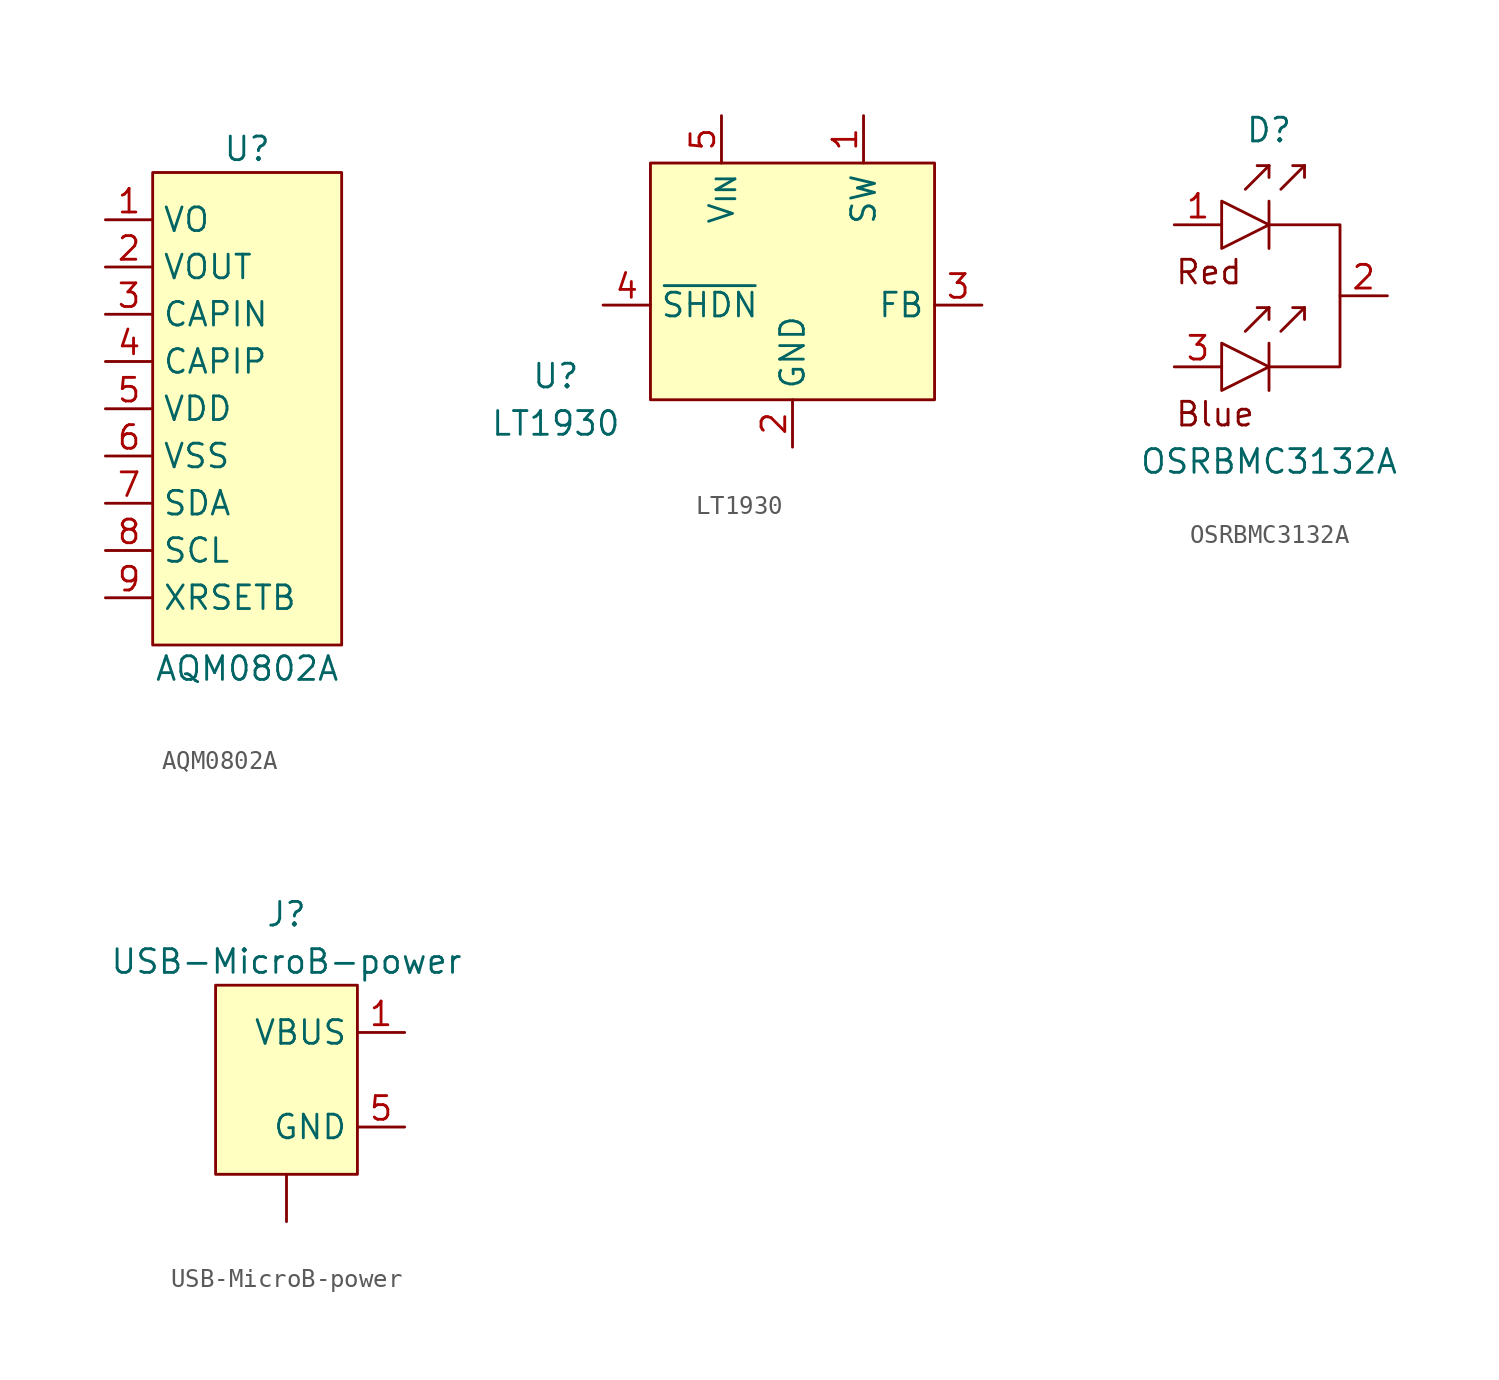
<source format=kicad_sym>
(kicad_symbol_lib
  (version 20211014)
  (generator kicad_symbol_editor)
  (symbol "AQM0802A"
    (property "Reference" "U"
      (at 0 13.97 0)
      (effects (font (size 1.27 1.27))))
    (property "Value" "AQM0802A"
      (at 0 -13.97 0)
      (effects (font (size 1.27 1.27))))
    (symbol "AQM0802A_0_1"
      (rectangle (start -5.08 12.7) (end 5.08 -12.7) (stroke (width 0) (type default) (color 0 0 0 0)) (fill (type background))))
    (symbol "AQM0802A_1_1"
      (pin passive line (at -7.62 10.16 0) (length 2.54) (name "VO" (effects (font (size 1.27 1.27)))) (number "1" (effects (font (size 1.27 1.27)))))
      (pin passive line (at -7.62 7.62 0) (length 2.54) (name "VOUT" (effects (font (size 1.27 1.27)))) (number "2" (effects (font (size 1.27 1.27)))))
      (pin passive line (at -7.62 5.08 0) (length 2.54) (name "CAPIN" (effects (font (size 1.27 1.27)))) (number "3" (effects (font (size 1.27 1.27)))))
      (pin passive line (at -7.62 2.54 0) (length 2.54) (name "CAPIP" (effects (font (size 1.27 1.27)))) (number "4" (effects (font (size 1.27 1.27)))))
      (pin power_in line (at -7.62 0 0) (length 2.54) (name "VDD" (effects (font (size 1.27 1.27)))) (number "5" (effects (font (size 1.27 1.27)))))
      (pin power_in line (at -7.62 -2.54 0) (length 2.54) (name "VSS" (effects (font (size 1.27 1.27)))) (number "6" (effects (font (size 1.27 1.27)))))
      (pin input line (at -7.62 -5.08 0) (length 2.54) (name "SDA" (effects (font (size 1.27 1.27)))) (number "7" (effects (font (size 1.27 1.27)))))
      (pin input line (at -7.62 -7.62 0) (length 2.54) (name "SCL" (effects (font (size 1.27 1.27)))) (number "8" (effects (font (size 1.27 1.27)))))
      (pin input line (at -7.62 -10.16 0) (length 2.54) (name "XRSETB" (effects (font (size 1.27 1.27)))) (number "9" (effects (font (size 1.27 1.27)))))))
  (symbol "LT1930"
    (property "Reference" "U"
      (at -12.7 -6.35 0)
      (effects (font (size 1.27 1.27))))
    (property "Value" "LT1930"
      (at -12.7 -8.89 0)
      (effects (font (size 1.27 1.27))))
    (symbol "LT1930_0_1"
      (rectangle (start -7.62 5.08) (end 7.62 -7.62) (stroke (width 0) (type default) (color 0 0 0 0)) (fill (type background))))
    (symbol "LT1930_1_1"
      (pin power_out line (at 3.81 7.62 270) (length 2.54) (name "SW" (effects (font (size 1.27 1.27)))) (number "1" (effects (font (size 1.27 1.27)))))
      (pin power_in line (at 0 -10.16 90) (length 2.54) (name "GND" (effects (font (size 1.27 1.27)))) (number "2" (effects (font (size 1.27 1.27)))))
      (pin input line (at 10.16 -2.54 180) (length 2.54) (name "FB" (effects (font (size 1.27 1.27)))) (number "3" (effects (font (size 1.27 1.27)))))
      (pin input line (at -10.16 -2.54 0) (length 2.54) (name "~{SHDN}" (effects (font (size 1.27 1.27)))) (number "4" (effects (font (size 1.27 1.27)))))
      (pin power_in line (at -3.81 7.62 270) (length 2.54) (name "V_{IN}" (effects (font (size 1.27 1.27)))) (number "5" (effects (font (size 1.27 1.27)))))))
  (symbol "OSRBMC3132A"
    (property "Reference" "D"
      (at 0 8.89 0)
      (effects (font (size 1.27 1.27))))
    (property "Value" "OSRBMC3132A"
      (at 0 -8.89 0)
      (effects (font (size 1.27 1.27))))
    (symbol "OSRBMC3132A_0_0"
      (text "Blue" (at -5.08 -6.35 0) (effects (font (size 1.27 1.27)) (justify left)))
      (text "Red" (at -5.08 1.27 0) (effects (font (size 1.27 1.27)) (justify left))))
    (symbol "OSRBMC3132A_0_1"
      (polyline (pts (xy -1.27 -1.905) (xy 0 -0.635)) (stroke (width 0) (type default) (color 0 0 0 0)) (fill (type none)))
      (polyline (pts (xy -1.27 5.715) (xy 0 6.985)) (stroke (width 0) (type default) (color 0 0 0 0)) (fill (type none)))
      (polyline (pts (xy 0 -2.54) (xy 0 -5.08)) (stroke (width 0) (type default) (color 0 0 0 0)) (fill (type none)))
      (polyline (pts (xy 0 -0.635) (xy -0.635 -0.635)) (stroke (width 0) (type default) (color 0 0 0 0)) (fill (type none)))
      (polyline (pts (xy 0 -0.635) (xy 0 -1.27)) (stroke (width 0) (type default) (color 0 0 0 0)) (fill (type none)))
      (polyline (pts (xy 0 5.08) (xy 0 2.54)) (stroke (width 0) (type default) (color 0 0 0 0)) (fill (type none)))
      (polyline (pts (xy 0 6.985) (xy -0.635 6.985)) (stroke (width 0) (type default) (color 0 0 0 0)) (fill (type none)))
      (polyline (pts (xy 0 6.985) (xy 0 6.35)) (stroke (width 0) (type default) (color 0 0 0 0)) (fill (type none)))
      (polyline (pts (xy 0.635 -1.905) (xy 1.905 -0.635)) (stroke (width 0) (type default) (color 0 0 0 0)) (fill (type none)))
      (polyline (pts (xy 0.635 5.715) (xy 1.905 6.985)) (stroke (width 0) (type default) (color 0 0 0 0)) (fill (type none)))
      (polyline (pts (xy 1.905 -0.635) (xy 1.27 -0.635)) (stroke (width 0) (type default) (color 0 0 0 0)) (fill (type none)))
      (polyline (pts (xy 1.905 -0.635) (xy 1.905 -1.27)) (stroke (width 0) (type default) (color 0 0 0 0)) (fill (type none)))
      (polyline (pts (xy 1.905 6.985) (xy 1.27 6.985)) (stroke (width 0) (type default) (color 0 0 0 0)) (fill (type none)))
      (polyline (pts (xy 1.905 6.985) (xy 1.905 6.35)) (stroke (width 0) (type default) (color 0 0 0 0)) (fill (type none)))
      (polyline (pts (xy -2.54 -2.54) (xy -2.54 -5.08) (xy 0 -3.81) (xy -2.54 -2.54)) (stroke (width 0) (type default) (color 0 0 0 0)) (fill (type none)))
      (polyline (pts (xy -2.54 5.08) (xy -2.54 2.54) (xy 0 3.81) (xy -2.54 5.08)) (stroke (width 0) (type default) (color 0 0 0 0)) (fill (type none)))
      (polyline (pts (xy 0 3.81) (xy 3.81 3.81) (xy 3.81 -3.81) (xy 0 -3.81)) (stroke (width 0) (type default) (color 0 0 0 0)) (fill (type none))))
    (symbol "OSRBMC3132A_1_1"
      (pin passive line (at -5.08 3.81 0) (length 2.54) (name "" (effects (font (size 1.27 1.27)))) (number "1" (effects (font (size 1.27 1.27)))))
      (pin passive line (at 6.35 0 180) (length 2.54) (name "" (effects (font (size 1.27 1.27)))) (number "2" (effects (font (size 1.27 1.27)))))
      (pin passive line (at -5.08 -3.81 0) (length 2.54) (name "" (effects (font (size 1.27 1.27)))) (number "3" (effects (font (size 1.27 1.27)))))))
  (symbol "USB-MicroB-power"
    (property "Reference" "J"
      (at 0 8.89 0)
      (effects (font (size 1.27 1.27))))
    (property "Value" "USB-MicroB-power"
      (at 0 6.35 0)
      (effects (font (size 1.27 1.27))))
    (symbol "USB-MicroB-power_0_1"
      (rectangle (start -3.81 5.08) (end 3.81 -5.08) (stroke (width 0) (type default) (color 0 0 0 0)) (fill (type background))))
    (symbol "USB-MicroB-power_1_1"
      (pin passive line (at 6.35 2.54 180) (length 2.54) (name "VBUS" (effects (font (size 1.27 1.27)))) (number "1" (effects (font (size 1.27 1.27)))))
      (pin passive line (at 6.35 -2.54 180) (length 2.54) (name "GND" (effects (font (size 1.27 1.27)))) (number "5" (effects (font (size 1.27 1.27)))))
      (pin passive line (at 0 -7.62 90) (length 2.54) (name "SHIELD" (effects (font (size 0 0)))) (number "6" (effects (font (size 0 0))))))))
</source>
